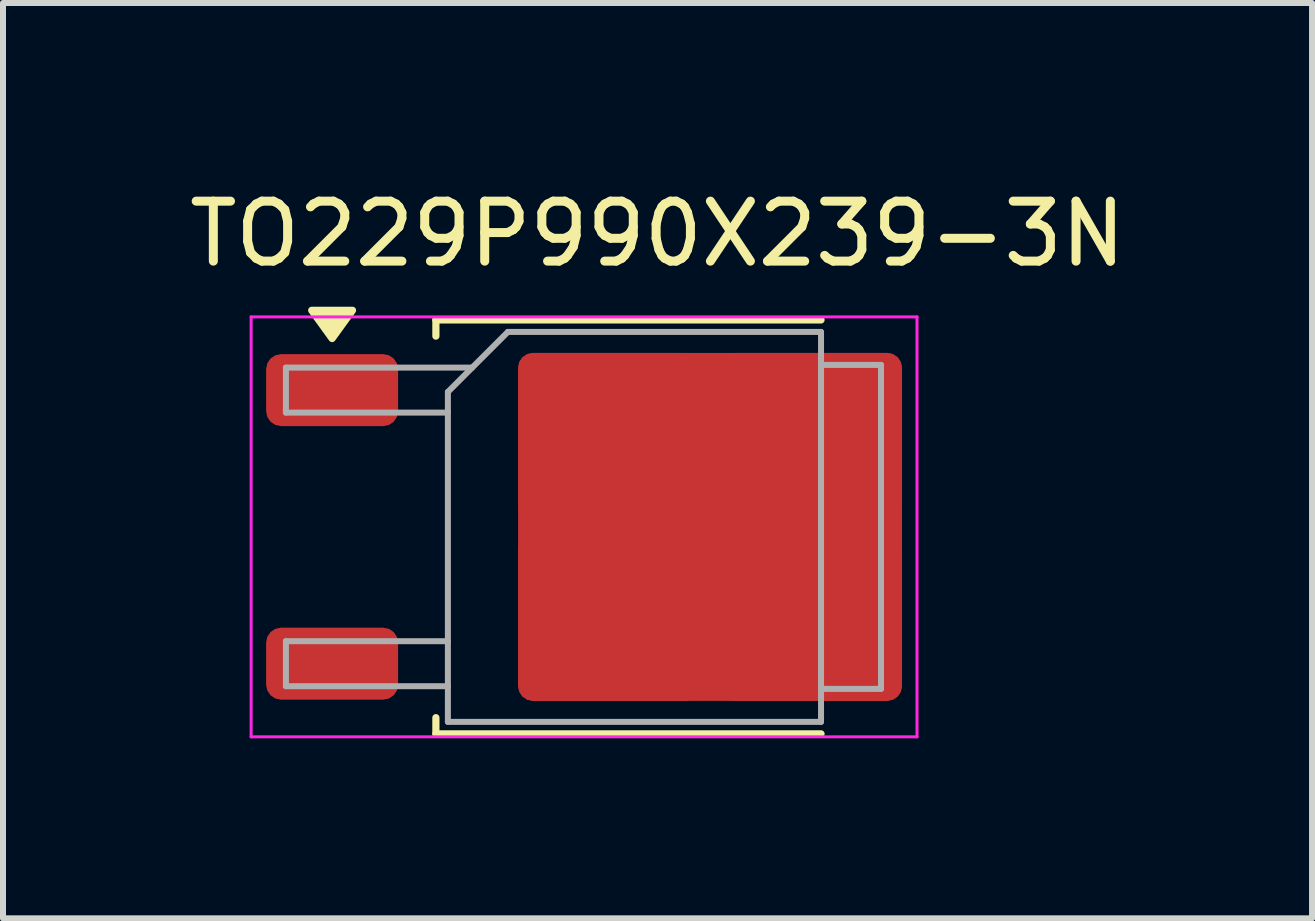
<source format=kicad_pcb>
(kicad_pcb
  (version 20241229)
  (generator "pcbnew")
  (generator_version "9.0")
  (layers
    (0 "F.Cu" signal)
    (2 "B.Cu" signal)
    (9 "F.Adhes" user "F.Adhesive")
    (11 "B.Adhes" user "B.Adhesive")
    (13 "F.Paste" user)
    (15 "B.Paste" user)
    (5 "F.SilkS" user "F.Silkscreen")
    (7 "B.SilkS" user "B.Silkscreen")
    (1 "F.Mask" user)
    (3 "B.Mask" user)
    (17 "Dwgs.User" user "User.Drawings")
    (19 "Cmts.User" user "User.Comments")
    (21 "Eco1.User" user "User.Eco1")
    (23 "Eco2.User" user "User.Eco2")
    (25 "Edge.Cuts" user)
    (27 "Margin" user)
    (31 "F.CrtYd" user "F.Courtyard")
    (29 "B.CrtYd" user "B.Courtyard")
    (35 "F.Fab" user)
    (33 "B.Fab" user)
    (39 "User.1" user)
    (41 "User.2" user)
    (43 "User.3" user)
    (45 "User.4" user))
  (footprint "TO229P990X239-3N"
    (layer "F.Cu")
    (at 6.736 5.233)
    (property "Reference" "TO229P990X239-3N" (at 1.175 -4.385 0) (layer "F.SilkS") (effects (font (size 1 1) (thickness 0.15))))
    (attr smd)
    (fp_line (start -2.52 -2.95) (end -2.52 -2.68) (stroke (width 0.12) (type solid)) (layer "F.SilkS"))
    (fp_line (start -2.52 3.95) (end -2.52 3.68) (stroke (width 0.12) (type solid)) (layer "F.SilkS"))
    (fp_line (start 3.9 -2.95) (end -2.52 -2.95) (stroke (width 0.12) (type solid)) (layer "F.SilkS"))
    (fp_line (start 3.9 3.95) (end -2.52 3.95) (stroke (width 0.12) (type solid)) (layer "F.SilkS"))
    (fp_poly (pts (xy -4.25 -2.64) (xy -4.59 -3.11) (xy -3.91 -3.11) (xy -4.25 -2.64)) (stroke (width 0.12) (type solid)) (fill yes) (layer "F.SilkS"))
    (fp_line (start -5.6 -3) (end -5.6 4) (stroke (width 0.05) (type solid)) (layer "F.CrtYd"))
    (fp_line (start -5.6 4) (end 5.5 4) (stroke (width 0.05) (type solid)) (layer "F.CrtYd"))
    (fp_line (start 5.5 -3) (end -5.6 -3) (stroke (width 0.05) (type solid)) (layer "F.CrtYd"))
    (fp_line (start 5.5 4) (end 5.5 -3) (stroke (width 0.05) (type solid)) (layer "F.CrtYd"))
    (fp_line (start -5.02 -2.155) (end -5.02 -1.405) (stroke (width 0.1) (type solid)) (layer "F.Fab"))
    (fp_line (start -5.02 -1.405) (end -2.32 -1.405) (stroke (width 0.1) (type solid)) (layer "F.Fab"))
    (fp_line (start -5.02 2.405) (end -5.02 3.155) (stroke (width 0.1) (type solid)) (layer "F.Fab"))
    (fp_line (start -5.02 3.155) (end -2.32 3.155) (stroke (width 0.1) (type solid)) (layer "F.Fab"))
    (fp_line (start -2.32 -1.75) (end -1.32 -2.75) (stroke (width 0.1) (type solid)) (layer "F.Fab"))
    (fp_line (start -2.32 2.405) (end -5.02 2.405) (stroke (width 0.1) (type solid)) (layer "F.Fab"))
    (fp_line (start -2.32 3.75) (end -2.32 -1.75) (stroke (width 0.1) (type solid)) (layer "F.Fab"))
    (fp_line (start -1.915 -2.155) (end -5.02 -2.155) (stroke (width 0.1) (type solid)) (layer "F.Fab"))
    (fp_line (start -1.32 -2.75) (end 3.9 -2.75) (stroke (width 0.1) (type solid)) (layer "F.Fab"))
    (fp_line (start 3.9 -2.75) (end 3.9 3.75) (stroke (width 0.1) (type solid)) (layer "F.Fab"))
    (fp_line (start 3.9 -2.2) (end 4.9 -2.2) (stroke (width 0.1) (type solid)) (layer "F.Fab"))
    (fp_line (start 3.9 3.75) (end -2.32 3.75) (stroke (width 0.1) (type solid)) (layer "F.Fab"))
    (fp_line (start 4.9 -2.2) (end 4.9 3.2) (stroke (width 0.1) (type solid)) (layer "F.Fab"))
    (fp_line (start 4.9 3.2) (end 3.9 3.2) (stroke (width 0.1) (type solid)) (layer "F.Fab"))
    (pad "1" smd roundrect (at -4.25 -1.78) (size 2.2 1.2) (layers "F.Cu" "F.Mask" "F.Paste") (roundrect_rratio 0.208))
    (pad "2" smd roundrect (at 0.375 -1.025) (size 3.05 2.75) (layers "F.Cu" "F.Paste") (roundrect_rratio 0.091))
    (pad "2" smd roundrect (at 0.375 2.025) (size 3.05 2.75) (layers "F.Cu" "F.Paste") (roundrect_rratio 0.091))
    (pad "2" smd roundrect (at 2.05 0.5) (size 6.4 5.8) (layers "F.Cu" "F.Mask") (roundrect_rratio 0.043))
    (pad "2" smd roundrect (at 3.725 -1.025) (size 3.05 2.75) (layers "F.Cu" "F.Paste") (roundrect_rratio 0.091))
    (pad "2" smd roundrect (at 3.725 2.025) (size 3.05 2.75) (layers "F.Cu" "F.Paste") (roundrect_rratio 0.091))
    (pad "3" smd roundrect (at -4.25 2.78) (size 2.2 1.2) (layers "F.Cu" "F.Mask" "F.Paste") (roundrect_rratio 0.208)))
  (gr_rect
    (start -3 -3)
    (end 18.821 12.258)
    (stroke (width 0.1) (type default))
    (fill no)
    (layer "Edge.Cuts")))
</source>
